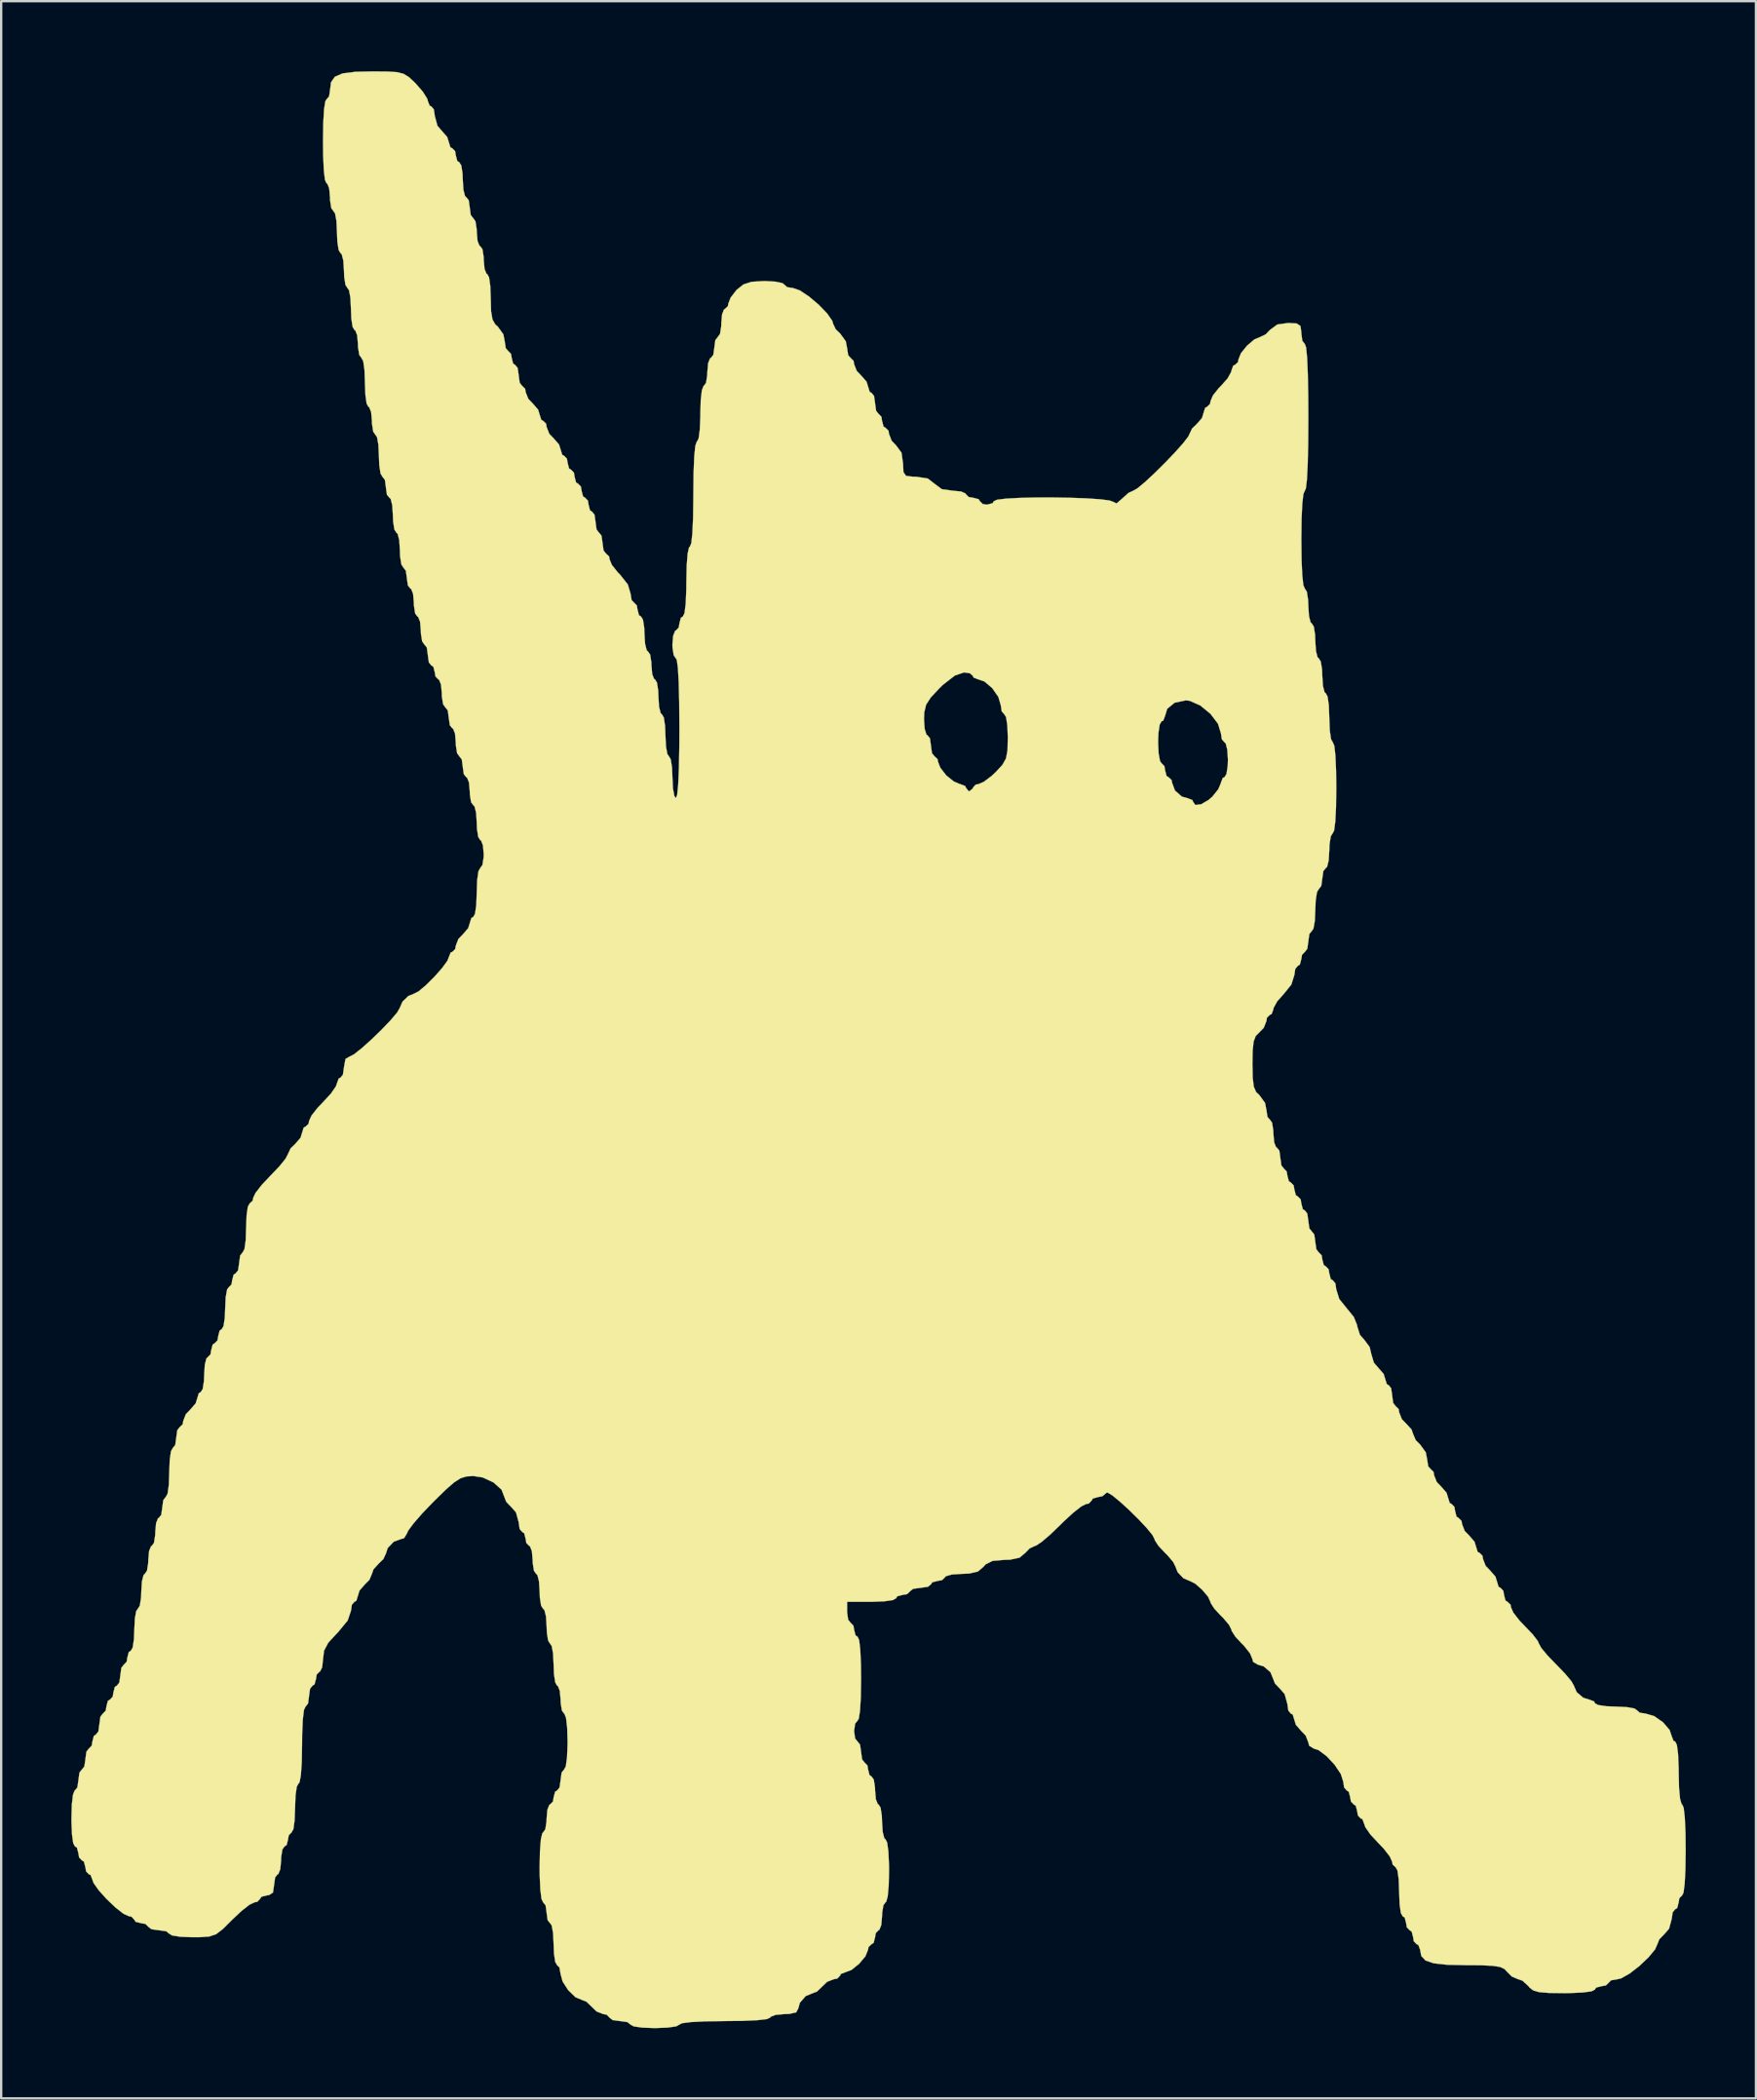
<source format=kicad_pcb>
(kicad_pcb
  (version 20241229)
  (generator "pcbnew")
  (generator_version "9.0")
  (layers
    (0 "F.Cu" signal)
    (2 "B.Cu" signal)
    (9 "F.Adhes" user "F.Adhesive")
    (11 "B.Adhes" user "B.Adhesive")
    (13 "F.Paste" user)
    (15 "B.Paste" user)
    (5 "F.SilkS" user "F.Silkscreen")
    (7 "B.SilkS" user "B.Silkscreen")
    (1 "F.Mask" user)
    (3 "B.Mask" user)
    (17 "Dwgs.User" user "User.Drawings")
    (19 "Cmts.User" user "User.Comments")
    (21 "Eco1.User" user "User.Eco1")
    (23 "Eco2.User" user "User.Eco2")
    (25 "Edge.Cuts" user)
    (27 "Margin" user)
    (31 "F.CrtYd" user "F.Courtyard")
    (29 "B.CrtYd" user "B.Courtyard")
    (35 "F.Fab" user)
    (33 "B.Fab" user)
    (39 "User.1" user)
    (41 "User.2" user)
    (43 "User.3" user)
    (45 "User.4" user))
  (footprint "MUMBO_WUMBO_BIG"
    (layer "F.Cu")
    (at 34.519 41.84)
    (property "Reference" "MUMBO_WUMBO_BIG" (at 0 0 0) (layer "F.SilkS") (effects (font (size 1.524 1.524) (thickness 0.3))))
    (attr through_hole)
    (fp_poly (pts (xy -21.025 -41.831) (xy -20.599 -41.805) (xy -20.314 -41.734) (xy -20.089 -41.597) (xy -19.847 -41.373) (xy -19.792 -41.317) (xy -19.488 -40.969) (xy -19.301 -40.671) (xy -19.274 -40.57) (xy -19.195 -40.368) (xy -19.125 -40.341) (xy -19.017 -40.212) (xy -18.975 -39.926) (xy -18.862 -39.509) (xy -18.676 -39.295) (xy -18.443 -39.027) (xy -18.378 -38.814) (xy -18.308 -38.59) (xy -18.228 -38.548) (xy -18.107 -38.423) (xy -18.079 -38.249) (xy -18.016 -38.007) (xy -17.929 -37.951) (xy -17.844 -37.816) (xy -17.79 -37.473) (xy -17.78 -37.204) (xy -17.753 -36.777) (xy -17.684 -36.507) (xy -17.631 -36.456) (xy -17.526 -36.327) (xy -17.481 -36.014) (xy -17.481 -36.008) (xy -17.438 -35.694) (xy -17.334 -35.56) (xy -17.332 -35.56) (xy -17.238 -35.427) (xy -17.186 -35.096) (xy -17.182 -34.962) (xy -17.149 -34.588) (xy -17.066 -34.38) (xy -17.033 -34.365) (xy -16.939 -34.232) (xy -16.887 -33.901) (xy -16.884 -33.767) (xy -16.85 -33.393) (xy -16.768 -33.185) (xy -16.734 -33.169) (xy -16.657 -33.032) (xy -16.604 -32.664) (xy -16.585 -32.157) (xy -16.57 -31.586) (xy -16.511 -31.233) (xy -16.391 -31.019) (xy -16.286 -30.928) (xy -16.045 -30.596) (xy -15.987 -30.298) (xy -15.941 -29.997) (xy -15.838 -29.882) (xy -15.716 -29.757) (xy -15.688 -29.584) (xy -15.626 -29.341) (xy -15.539 -29.285) (xy -15.434 -29.155) (xy -15.389 -28.842) (xy -15.389 -28.836) (xy -15.346 -28.522) (xy -15.242 -28.388) (xy -15.24 -28.388) (xy -15.114 -28.265) (xy -15.091 -28.122) (xy -14.978 -27.834) (xy -14.792 -27.641) (xy -14.558 -27.373) (xy -14.493 -27.16) (xy -14.423 -26.936) (xy -14.344 -26.894) (xy -14.217 -26.771) (xy -14.194 -26.628) (xy -14.081 -26.339) (xy -13.895 -26.147) (xy -13.662 -25.879) (xy -13.596 -25.666) (xy -13.527 -25.442) (xy -13.447 -25.4) (xy -13.326 -25.275) (xy -13.298 -25.101) (xy -13.235 -24.858) (xy -13.148 -24.802) (xy -13.027 -24.677) (xy -12.999 -24.504) (xy -12.936 -24.261) (xy -12.849 -24.205) (xy -12.728 -24.08) (xy -12.7 -23.906) (xy -12.637 -23.663) (xy -12.551 -23.607) (xy -12.429 -23.482) (xy -12.401 -23.308) (xy -12.339 -23.065) (xy -12.252 -23.009) (xy -12.147 -22.88) (xy -12.102 -22.567) (xy -12.102 -22.561) (xy -12.059 -22.246) (xy -11.955 -22.113) (xy -11.953 -22.113) (xy -11.848 -21.983) (xy -11.804 -21.67) (xy -11.804 -21.665) (xy -11.76 -21.35) (xy -11.656 -21.217) (xy -11.654 -21.216) (xy -11.524 -21.094) (xy -11.505 -20.978) (xy -11.402 -20.73) (xy -11.147 -20.409) (xy -11.056 -20.32) (xy -10.722 -19.896) (xy -10.608 -19.513) (xy -10.559 -19.225) (xy -10.459 -19.125) (xy -10.337 -19) (xy -10.309 -18.826) (xy -10.247 -18.583) (xy -10.16 -18.527) (xy -10.075 -18.393) (xy -10.021 -18.049) (xy -10.011 -17.78) (xy -9.984 -17.354) (xy -9.915 -17.083) (xy -9.861 -17.033) (xy -9.768 -16.9) (xy -9.716 -16.569) (xy -9.712 -16.435) (xy -9.679 -16.061) (xy -9.596 -15.853) (xy -9.562 -15.838) (xy -9.477 -15.703) (xy -9.423 -15.36) (xy -9.413 -15.091) (xy -9.386 -14.664) (xy -9.317 -14.394) (xy -9.264 -14.344) (xy -9.184 -14.207) (xy -9.13 -13.852) (xy -9.114 -13.447) (xy -9.091 -12.97) (xy -9.032 -12.646) (xy -8.965 -12.551) (xy -8.885 -12.414) (xy -8.831 -12.059) (xy -8.815 -11.654) (xy -8.793 -11.177) (xy -8.733 -10.853) (xy -8.666 -10.758) (xy -8.611 -10.904) (xy -8.568 -11.332) (xy -8.537 -12.023) (xy -8.52 -12.962) (xy -8.516 -13.746) (xy -8.519 -14.123) (xy 1.942 -14.123) (xy 1.972 -13.721) (xy 2.047 -13.479) (xy 2.092 -13.447) (xy 2.197 -13.317) (xy 2.241 -13.004) (xy 2.241 -12.999) (xy 2.284 -12.684) (xy 2.389 -12.551) (xy 2.391 -12.551) (xy 2.522 -12.429) (xy 2.54 -12.32) (xy 2.639 -12.063) (xy 2.881 -11.749) (xy 2.907 -11.722) (xy 3.219 -11.472) (xy 3.487 -11.356) (xy 3.504 -11.355) (xy 3.708 -11.277) (xy 3.735 -11.206) (xy 3.849 -11.061) (xy 3.885 -11.056) (xy 4.03 -11.17) (xy 4.034 -11.206) (xy 4.155 -11.338) (xy 4.263 -11.355) (xy 4.497 -11.455) (xy 4.832 -11.707) (xy 5.01 -11.873) (xy 5.293 -12.179) (xy 5.448 -12.451) (xy 5.514 -12.797) (xy 5.523 -13.148) (xy 11.953 -13.148) (xy 11.976 -12.671) (xy 12.035 -12.347) (xy 12.102 -12.252) (xy 12.224 -12.127) (xy 12.252 -11.953) (xy 12.314 -11.71) (xy 12.401 -11.654) (xy 12.532 -11.532) (xy 12.551 -11.419) (xy 12.677 -11.082) (xy 12.972 -10.824) (xy 13.212 -10.758) (xy 13.418 -10.68) (xy 13.447 -10.608) (xy 13.547 -10.466) (xy 13.797 -10.499) (xy 14.118 -10.686) (xy 14.276 -10.826) (xy 14.526 -11.138) (xy 14.641 -11.406) (xy 14.642 -11.423) (xy 14.721 -11.626) (xy 14.792 -11.654) (xy 14.877 -11.788) (xy 14.931 -12.132) (xy 14.941 -12.401) (xy 14.914 -12.827) (xy 14.846 -13.098) (xy 14.792 -13.148) (xy 14.68 -13.276) (xy 14.642 -13.527) (xy 14.515 -13.941) (xy 14.192 -14.366) (xy 13.759 -14.721) (xy 13.305 -14.922) (xy 13.143 -14.941) (xy 12.664 -14.842) (xy 12.344 -14.58) (xy 12.252 -14.279) (xy 12.174 -14.074) (xy 12.102 -14.045) (xy 12.023 -13.909) (xy 11.969 -13.553) (xy 11.953 -13.148) (xy 5.523 -13.148) (xy 5.528 -13.327) (xy 5.528 -13.367) (xy 5.507 -13.877) (xy 5.452 -14.226) (xy 5.379 -14.344) (xy 5.267 -14.472) (xy 5.229 -14.724) (xy 5.122 -15.09) (xy 4.859 -15.466) (xy 4.529 -15.748) (xy 4.265 -15.838) (xy 4.062 -15.916) (xy 4.034 -15.987) (xy 3.906 -16.099) (xy 3.657 -16.136) (xy 3.266 -16.004) (xy 2.761 -15.613) (xy 2.611 -15.468) (xy 2.235 -15.067) (xy 2.033 -14.755) (xy 1.954 -14.426) (xy 1.942 -14.123) (xy -8.519 -14.123) (xy -8.524 -14.844) (xy -8.545 -15.709) (xy -8.58 -16.321) (xy -8.627 -16.664) (xy -8.666 -16.734) (xy -8.759 -16.867) (xy -8.811 -17.198) (xy -8.815 -17.332) (xy -8.782 -17.706) (xy -8.699 -17.914) (xy -8.666 -17.929) (xy -8.544 -18.055) (xy -8.516 -18.228) (xy -8.454 -18.471) (xy -8.367 -18.527) (xy -8.298 -18.669) (xy -8.247 -19.067) (xy -8.221 -19.676) (xy -8.218 -20.021) (xy -8.203 -20.715) (xy -8.164 -21.217) (xy -8.103 -21.484) (xy -8.068 -21.515) (xy -8.007 -21.66) (xy -7.961 -22.078) (xy -7.931 -22.744) (xy -7.919 -23.631) (xy -7.919 -23.756) (xy -7.909 -24.67) (xy -7.881 -25.364) (xy -7.837 -25.815) (xy -7.778 -25.995) (xy -7.769 -25.998) (xy -7.695 -26.137) (xy -7.643 -26.519) (xy -7.62 -27.086) (xy -7.62 -27.193) (xy -7.603 -27.785) (xy -7.555 -28.201) (xy -7.484 -28.384) (xy -7.471 -28.388) (xy -7.377 -28.521) (xy -7.325 -28.852) (xy -7.321 -28.986) (xy -7.288 -29.36) (xy -7.205 -29.568) (xy -7.172 -29.584) (xy -7.067 -29.713) (xy -7.022 -30.026) (xy -7.022 -30.032) (xy -6.979 -30.346) (xy -6.875 -30.48) (xy -6.873 -30.48) (xy -6.779 -30.613) (xy -6.727 -30.944) (xy -6.724 -31.078) (xy -6.69 -31.452) (xy -6.608 -31.66) (xy -6.574 -31.675) (xy -6.443 -31.797) (xy -6.425 -31.906) (xy -6.325 -32.163) (xy -6.084 -32.477) (xy -6.058 -32.504) (xy -5.773 -32.729) (xy -5.429 -32.839) (xy -4.913 -32.87) (xy -4.863 -32.871) (xy -4.411 -32.846) (xy -4.11 -32.783) (xy -4.034 -32.721) (xy -3.906 -32.609) (xy -3.657 -32.572) (xy -3.364 -32.47) (xy -2.974 -32.21) (xy -2.561 -31.861) (xy -2.204 -31.492) (xy -1.981 -31.173) (xy -1.942 -31.04) (xy -1.832 -30.809) (xy -1.644 -30.629) (xy -1.402 -30.297) (xy -1.345 -29.999) (xy -1.298 -29.699) (xy -1.195 -29.584) (xy -1.069 -29.46) (xy -1.046 -29.318) (xy -0.933 -29.029) (xy -0.747 -28.836) (xy -0.514 -28.568) (xy -0.448 -28.355) (xy -0.379 -28.131) (xy -0.299 -28.089) (xy -0.194 -27.96) (xy -0.149 -27.647) (xy -0.149 -27.641) (xy -0.106 -27.326) (xy -0.002 -27.193) (xy 0 -27.193) (xy 0.121 -27.068) (xy 0.149 -26.894) (xy 0.212 -26.651) (xy 0.299 -26.595) (xy 0.425 -26.472) (xy 0.448 -26.329) (xy 0.561 -26.041) (xy 0.747 -25.848) (xy 0.982 -25.53) (xy 1.046 -25.068) (xy 1.064 -24.7) (xy 1.176 -24.541) (xy 1.472 -24.504) (xy 1.611 -24.504) (xy 2.11 -24.425) (xy 2.391 -24.205) (xy 2.708 -23.97) (xy 3.171 -23.906) (xy 3.533 -23.871) (xy 3.725 -23.784) (xy 3.735 -23.756) (xy 3.86 -23.635) (xy 4.034 -23.607) (xy 4.277 -23.544) (xy 4.333 -23.458) (xy 4.458 -23.336) (xy 4.632 -23.308) (xy 4.875 -23.371) (xy 4.931 -23.458) (xy 5.07 -23.52) (xy 5.449 -23.567) (xy 6.009 -23.598) (xy 6.691 -23.614) (xy 7.435 -23.616) (xy 8.185 -23.604) (xy 8.88 -23.579) (xy 9.462 -23.54) (xy 9.871 -23.489) (xy 10.05 -23.425) (xy 10.053 -23.42) (xy 10.177 -23.362) (xy 10.419 -23.57) (xy 10.686 -23.811) (xy 10.89 -23.906) (xy 11.072 -24.009) (xy 11.398 -24.28) (xy 11.811 -24.665) (xy 12.259 -25.108) (xy 12.684 -25.554) (xy 13.034 -25.947) (xy 13.252 -26.233) (xy 13.298 -26.336) (xy 13.408 -26.565) (xy 13.596 -26.745) (xy 13.83 -27.013) (xy 13.895 -27.226) (xy 13.965 -27.45) (xy 14.045 -27.492) (xy 14.175 -27.614) (xy 14.194 -27.731) (xy 14.297 -27.978) (xy 14.552 -28.299) (xy 14.642 -28.388) (xy 14.927 -28.709) (xy 15.081 -28.989) (xy 15.091 -29.046) (xy 15.167 -29.254) (xy 15.24 -29.285) (xy 15.371 -29.406) (xy 15.389 -29.516) (xy 15.498 -29.788) (xy 15.758 -30.109) (xy 16.068 -30.374) (xy 16.321 -30.48) (xy 16.554 -30.591) (xy 16.734 -30.779) (xy 17.052 -31.013) (xy 17.514 -31.078) (xy 17.884 -31.057) (xy 18.042 -30.949) (xy 18.079 -30.684) (xy 18.079 -30.629) (xy 18.122 -30.315) (xy 18.226 -30.181) (xy 18.228 -30.181) (xy 18.282 -30.035) (xy 18.325 -29.606) (xy 18.355 -28.91) (xy 18.373 -27.965) (xy 18.378 -27.044) (xy 18.371 -25.911) (xy 18.35 -25.015) (xy 18.317 -24.373) (xy 18.272 -23.999) (xy 18.228 -23.906) (xy 18.166 -23.761) (xy 18.119 -23.346) (xy 18.089 -22.688) (xy 18.079 -21.816) (xy 18.079 -21.814) (xy 18.089 -20.941) (xy 18.119 -20.283) (xy 18.166 -19.868) (xy 18.228 -19.722) (xy 18.228 -19.722) (xy 18.313 -19.588) (xy 18.368 -19.244) (xy 18.378 -18.975) (xy 18.405 -18.549) (xy 18.473 -18.279) (xy 18.527 -18.228) (xy 18.612 -18.094) (xy 18.666 -17.75) (xy 18.676 -17.481) (xy 18.703 -17.055) (xy 18.772 -16.785) (xy 18.826 -16.734) (xy 18.911 -16.6) (xy 18.965 -16.256) (xy 18.975 -15.987) (xy 19.002 -15.561) (xy 19.071 -15.29) (xy 19.125 -15.24) (xy 19.201 -15.102) (xy 19.254 -14.731) (xy 19.274 -14.195) (xy 19.274 -14.194) (xy 19.294 -13.658) (xy 19.347 -13.287) (xy 19.423 -13.148) (xy 19.424 -13.148) (xy 19.487 -13.004) (xy 19.535 -12.592) (xy 19.564 -11.944) (xy 19.573 -11.206) (xy 19.562 -10.375) (xy 19.53 -9.754) (xy 19.48 -9.374) (xy 19.424 -9.264) (xy 19.338 -9.129) (xy 19.284 -8.786) (xy 19.274 -8.516) (xy 19.247 -8.09) (xy 19.179 -7.82) (xy 19.125 -7.769) (xy 19.02 -7.64) (xy 18.975 -7.327) (xy 18.975 -7.321) (xy 18.932 -7.006) (xy 18.828 -6.873) (xy 18.826 -6.873) (xy 18.746 -6.737) (xy 18.692 -6.381) (xy 18.676 -5.976) (xy 18.654 -5.499) (xy 18.595 -5.175) (xy 18.527 -5.08) (xy 18.422 -4.95) (xy 18.378 -4.637) (xy 18.378 -4.632) (xy 18.334 -4.317) (xy 18.23 -4.184) (xy 18.228 -4.184) (xy 18.107 -4.058) (xy 18.079 -3.885) (xy 18.016 -3.642) (xy 17.929 -3.586) (xy 17.819 -3.458) (xy 17.78 -3.198) (xy 17.652 -2.788) (xy 17.332 -2.391) (xy 17.047 -2.07) (xy 16.893 -1.79) (xy 16.884 -1.733) (xy 16.807 -1.525) (xy 16.734 -1.494) (xy 16.608 -1.371) (xy 16.585 -1.228) (xy 16.472 -0.939) (xy 16.286 -0.747) (xy 16.129 -0.59) (xy 16.038 -0.349) (xy 15.996 0.048) (xy 15.987 0.598) (xy 15.999 1.199) (xy 16.045 1.576) (xy 16.142 1.804) (xy 16.286 1.942) (xy 16.527 2.274) (xy 16.585 2.573) (xy 16.631 2.873) (xy 16.734 2.988) (xy 16.828 3.121) (xy 16.88 3.452) (xy 16.884 3.586) (xy 16.917 3.96) (xy 16.999 4.168) (xy 17.033 4.184) (xy 17.138 4.313) (xy 17.182 4.626) (xy 17.182 4.632) (xy 17.226 4.946) (xy 17.33 5.08) (xy 17.332 5.08) (xy 17.453 5.205) (xy 17.481 5.379) (xy 17.544 5.622) (xy 17.631 5.678) (xy 17.752 5.803) (xy 17.78 5.976) (xy 17.843 6.219) (xy 17.929 6.275) (xy 18.051 6.4) (xy 18.079 6.574) (xy 18.141 6.817) (xy 18.228 6.873) (xy 18.333 7.003) (xy 18.378 7.316) (xy 18.378 7.321) (xy 18.421 7.636) (xy 18.525 7.769) (xy 18.527 7.769) (xy 18.632 7.899) (xy 18.676 8.212) (xy 18.676 8.218) (xy 18.72 8.532) (xy 18.824 8.666) (xy 18.826 8.666) (xy 18.947 8.791) (xy 18.975 8.965) (xy 19.038 9.207) (xy 19.125 9.264) (xy 19.246 9.389) (xy 19.274 9.562) (xy 19.337 9.805) (xy 19.424 9.861) (xy 19.534 9.989) (xy 19.573 10.249) (xy 19.701 10.659) (xy 20.021 11.056) (xy 20.322 11.425) (xy 20.466 11.782) (xy 20.469 11.83) (xy 20.585 12.194) (xy 20.768 12.401) (xy 21.001 12.713) (xy 21.067 12.999) (xy 21.179 13.378) (xy 21.366 13.596) (xy 21.599 13.865) (xy 21.665 14.078) (xy 21.734 14.302) (xy 21.814 14.344) (xy 21.919 14.473) (xy 21.964 14.786) (xy 21.964 14.792) (xy 22.007 15.106) (xy 22.111 15.24) (xy 22.113 15.24) (xy 22.239 15.364) (xy 22.262 15.506) (xy 22.375 15.795) (xy 22.561 15.987) (xy 22.794 16.242) (xy 22.86 16.435) (xy 22.972 16.697) (xy 23.159 16.884) (xy 23.4 17.216) (xy 23.458 17.514) (xy 23.504 17.814) (xy 23.607 17.929) (xy 23.733 18.053) (xy 23.756 18.195) (xy 23.869 18.484) (xy 24.055 18.676) (xy 24.289 18.945) (xy 24.354 19.158) (xy 24.424 19.382) (xy 24.504 19.424) (xy 24.625 19.549) (xy 24.653 19.722) (xy 24.716 19.965) (xy 24.802 20.021) (xy 24.928 20.145) (xy 24.952 20.287) (xy 25.064 20.576) (xy 25.251 20.768) (xy 25.484 21.037) (xy 25.549 21.249) (xy 25.619 21.474) (xy 25.699 21.515) (xy 25.825 21.639) (xy 25.848 21.781) (xy 25.961 22.07) (xy 26.147 22.262) (xy 26.38 22.531) (xy 26.446 22.744) (xy 26.515 22.968) (xy 26.595 23.009) (xy 26.717 23.135) (xy 26.745 23.308) (xy 26.807 23.551) (xy 26.894 23.607) (xy 27.025 23.729) (xy 27.044 23.843) (xy 27.145 24.072) (xy 27.407 24.408) (xy 27.641 24.653) (xy 27.972 24.999) (xy 28.189 25.282) (xy 28.239 25.398) (xy 28.339 25.581) (xy 28.603 25.899) (xy 28.973 26.284) (xy 28.986 26.296) (xy 29.359 26.682) (xy 29.627 27.003) (xy 29.733 27.191) (xy 29.733 27.194) (xy 29.855 27.473) (xy 30.135 27.71) (xy 30.395 27.791) (xy 30.6 27.868) (xy 30.629 27.94) (xy 30.766 28.02) (xy 31.121 28.074) (xy 31.526 28.089) (xy 32.003 28.112) (xy 32.327 28.171) (xy 32.422 28.239) (xy 32.55 28.35) (xy 32.803 28.388) (xy 33.169 28.496) (xy 33.545 28.759) (xy 33.827 29.089) (xy 33.916 29.353) (xy 33.995 29.556) (xy 34.066 29.584) (xy 34.137 29.725) (xy 34.189 30.115) (xy 34.214 30.706) (xy 34.215 30.928) (xy 34.231 31.573) (xy 34.274 32.032) (xy 34.34 32.258) (xy 34.365 32.273) (xy 34.429 32.417) (xy 34.476 32.829) (xy 34.506 33.478) (xy 34.514 34.215) (xy 34.503 35.046) (xy 34.471 35.667) (xy 34.421 36.047) (xy 34.365 36.158) (xy 34.243 36.283) (xy 34.215 36.456) (xy 34.153 36.699) (xy 34.066 36.755) (xy 33.958 36.884) (xy 33.916 37.171) (xy 33.803 37.588) (xy 33.618 37.801) (xy 33.386 38.04) (xy 33.319 38.212) (xy 33.205 38.473) (xy 32.914 38.822) (xy 32.523 39.191) (xy 32.111 39.509) (xy 31.753 39.709) (xy 31.605 39.744) (xy 31.322 39.794) (xy 31.227 39.893) (xy 31.102 40.014) (xy 30.928 40.042) (xy 30.685 40.105) (xy 30.629 40.192) (xy 30.489 40.264) (xy 30.1 40.315) (xy 29.514 40.34) (xy 29.318 40.341) (xy 28.669 40.333) (xy 28.251 40.299) (xy 27.996 40.226) (xy 27.836 40.101) (xy 27.791 40.042) (xy 27.536 39.81) (xy 27.342 39.744) (xy 27.081 39.632) (xy 26.894 39.445) (xy 26.765 39.309) (xy 26.575 39.221) (xy 26.261 39.172) (xy 25.762 39.15) (xy 25.132 39.146) (xy 24.308 39.128) (xy 23.74 39.065) (xy 23.387 38.944) (xy 23.207 38.749) (xy 23.159 38.484) (xy 23.081 38.279) (xy 23.009 38.249) (xy 22.888 38.124) (xy 22.86 37.951) (xy 22.797 37.708) (xy 22.711 37.652) (xy 22.589 37.527) (xy 22.561 37.353) (xy 22.499 37.11) (xy 22.412 37.054) (xy 22.335 36.916) (xy 22.282 36.546) (xy 22.262 36.009) (xy 22.262 36.008) (xy 22.243 35.472) (xy 22.19 35.101) (xy 22.113 34.962) (xy 22.113 34.962) (xy 21.982 34.841) (xy 21.964 34.727) (xy 21.862 34.498) (xy 21.601 34.161) (xy 21.366 33.916) (xy 21.033 33.557) (xy 20.816 33.245) (xy 20.768 33.106) (xy 20.691 32.9) (xy 20.619 32.871) (xy 20.497 32.745) (xy 20.469 32.572) (xy 20.407 32.329) (xy 20.32 32.273) (xy 20.199 32.148) (xy 20.171 31.974) (xy 20.108 31.731) (xy 20.021 31.675) (xy 19.909 31.547) (xy 19.872 31.297) (xy 19.766 30.968) (xy 19.502 30.575) (xy 19.158 30.206) (xy 18.814 29.949) (xy 18.607 29.882) (xy 18.414 29.76) (xy 18.378 29.617) (xy 18.265 29.328) (xy 18.079 29.135) (xy 17.845 28.867) (xy 17.78 28.654) (xy 17.711 28.43) (xy 17.631 28.388) (xy 17.523 28.259) (xy 17.481 27.973) (xy 17.367 27.556) (xy 17.182 27.342) (xy 16.951 27.101) (xy 16.884 26.925) (xy 16.759 26.618) (xy 16.472 26.37) (xy 16.222 26.296) (xy 16.018 26.176) (xy 15.987 26.058) (xy 15.884 25.81) (xy 15.629 25.489) (xy 15.539 25.4) (xy 15.256 25.095) (xy 15.101 24.85) (xy 15.091 24.802) (xy 14.989 24.595) (xy 14.737 24.297) (xy 14.642 24.205) (xy 14.36 23.902) (xy 14.204 23.661) (xy 14.194 23.615) (xy 14.088 23.386) (xy 13.837 23.091) (xy 13.542 22.832) (xy 13.306 22.711) (xy 13.294 22.711) (xy 13.031 22.595) (xy 12.789 22.339) (xy 12.7 22.109) (xy 12.599 21.904) (xy 12.347 21.608) (xy 12.252 21.515) (xy 11.969 21.214) (xy 11.814 20.975) (xy 11.804 20.93) (xy 11.709 20.747) (xy 11.46 20.444) (xy 11.111 20.072) (xy 10.716 19.683) (xy 10.329 19.329) (xy 10.004 19.063) (xy 9.794 18.935) (xy 9.747 18.945) (xy 9.567 19.095) (xy 9.4 19.125) (xy 9.165 19.19) (xy 9.114 19.274) (xy 8.993 19.405) (xy 8.882 19.424) (xy 8.675 19.525) (xy 8.33 19.794) (xy 7.91 20.18) (xy 7.769 20.32) (xy 7.343 20.732) (xy 6.977 21.044) (xy 6.733 21.205) (xy 6.69 21.216) (xy 6.456 21.327) (xy 6.275 21.515) (xy 6.028 21.721) (xy 5.624 21.807) (xy 5.379 21.814) (xy 4.878 21.857) (xy 4.575 22.008) (xy 4.482 22.113) (xy 4.248 22.313) (xy 3.868 22.4) (xy 3.553 22.412) (xy 3.138 22.44) (xy 2.88 22.511) (xy 2.839 22.561) (xy 2.714 22.683) (xy 2.54 22.711) (xy 2.297 22.773) (xy 2.241 22.86) (xy 2.111 22.965) (xy 1.799 23.009) (xy 1.793 23.009) (xy 1.478 23.053) (xy 1.345 23.157) (xy 1.345 23.159) (xy 1.22 23.28) (xy 1.046 23.308) (xy 0.803 23.371) (xy 0.747 23.458) (xy 0.609 23.534) (xy 0.238 23.587) (xy -0.298 23.607) (xy -1.345 23.607) (xy -1.345 24.055) (xy -1.301 24.37) (xy -1.197 24.503) (xy -1.195 24.504) (xy -1.074 24.629) (xy -1.046 24.802) (xy -0.983 25.045) (xy -0.896 25.101) (xy -0.831 25.245) (xy -0.782 25.653) (xy -0.754 26.291) (xy -0.747 26.894) (xy -0.759 27.681) (xy -0.793 28.263) (xy -0.846 28.607) (xy -0.896 28.687) (xy -1.001 28.817) (xy -1.046 29.13) (xy -1.046 29.135) (xy -1.003 29.45) (xy -0.898 29.583) (xy -0.896 29.584) (xy -0.792 29.713) (xy -0.747 30.026) (xy -0.747 30.032) (xy -0.704 30.346) (xy -0.6 30.48) (xy -0.598 30.48) (xy -0.476 30.605) (xy -0.448 30.779) (xy -0.386 31.022) (xy -0.299 31.078) (xy -0.205 31.21) (xy -0.153 31.541) (xy -0.149 31.675) (xy -0.116 32.05) (xy -0.033 32.258) (xy 0 32.273) (xy 0.085 32.407) (xy 0.139 32.751) (xy 0.149 33.02) (xy 0.176 33.446) (xy 0.245 33.717) (xy 0.299 33.767) (xy 0.37 33.908) (xy 0.421 34.299) (xy 0.447 34.889) (xy 0.448 35.112) (xy 0.433 35.756) (xy 0.389 36.216) (xy 0.324 36.442) (xy 0.299 36.456) (xy 0.205 36.589) (xy 0.153 36.92) (xy 0.149 37.054) (xy 0.116 37.428) (xy 0.033 37.637) (xy 0 37.652) (xy -0.121 37.777) (xy -0.149 37.951) (xy -0.212 38.193) (xy -0.299 38.249) (xy -0.43 38.371) (xy -0.448 38.48) (xy -0.562 38.765) (xy -0.833 39.089) (xy -1.158 39.35) (xy -1.413 39.445) (xy -1.616 39.523) (xy -1.644 39.594) (xy -1.767 39.72) (xy -1.909 39.744) (xy -2.198 39.856) (xy -2.391 40.042) (xy -2.632 40.274) (xy -2.808 40.341) (xy -3.115 40.466) (xy -3.363 40.752) (xy -3.436 41.003) (xy -3.524 41.164) (xy -3.822 41.231) (xy -4.034 41.238) (xy -4.408 41.271) (xy -4.617 41.354) (xy -4.632 41.387) (xy -4.776 41.451) (xy -5.188 41.499) (xy -5.836 41.528) (xy -6.574 41.536) (xy -7.405 41.548) (xy -8.026 41.579) (xy -8.406 41.629) (xy -8.516 41.686) (xy -8.655 41.763) (xy -9.025 41.815) (xy -9.561 41.835) (xy -9.562 41.835) (xy -10.099 41.816) (xy -10.47 41.763) (xy -10.608 41.686) (xy -10.608 41.686) (xy -10.738 41.581) (xy -11.051 41.536) (xy -11.056 41.536) (xy -11.371 41.493) (xy -11.505 41.389) (xy -11.505 41.387) (xy -11.628 41.261) (xy -11.771 41.238) (xy -12.059 41.125) (xy -12.252 40.939) (xy -12.492 40.707) (xy -12.665 40.64) (xy -12.96 40.517) (xy -13.271 40.216) (xy -13.511 39.842) (xy -13.596 39.526) (xy -13.647 39.242) (xy -13.746 39.146) (xy -13.825 39.01) (xy -13.879 38.654) (xy -13.895 38.249) (xy -13.918 37.772) (xy -13.977 37.448) (xy -14.045 37.353) (xy -14.15 37.223) (xy -14.194 36.91) (xy -14.194 36.905) (xy -14.237 36.59) (xy -14.342 36.457) (xy -14.344 36.456) (xy -14.413 36.314) (xy -14.463 35.917) (xy -14.49 35.307) (xy -14.493 34.962) (xy -14.479 34.268) (xy -14.439 33.766) (xy -14.378 33.5) (xy -14.344 33.468) (xy -14.25 33.336) (xy -14.198 33.005) (xy -14.194 32.871) (xy -14.161 32.496) (xy -14.078 32.288) (xy -14.045 32.273) (xy -13.923 32.148) (xy -13.895 31.974) (xy -13.833 31.731) (xy -13.746 31.675) (xy -13.641 31.545) (xy -13.596 31.233) (xy -13.596 31.227) (xy -13.553 30.912) (xy -13.449 30.779) (xy -13.447 30.779) (xy -13.373 30.639) (xy -13.321 30.257) (xy -13.298 29.69) (xy -13.298 29.584) (xy -13.315 28.992) (xy -13.363 28.576) (xy -13.434 28.392) (xy -13.447 28.388) (xy -13.541 28.256) (xy -13.593 27.925) (xy -13.596 27.791) (xy -13.63 27.416) (xy -13.712 27.208) (xy -13.746 27.193) (xy -13.825 27.057) (xy -13.879 26.701) (xy -13.895 26.296) (xy -13.918 25.819) (xy -13.977 25.495) (xy -14.045 25.4) (xy -14.13 25.266) (xy -14.184 24.922) (xy -14.194 24.653) (xy -14.221 24.227) (xy -14.29 23.956) (xy -14.344 23.906) (xy -14.429 23.772) (xy -14.483 23.428) (xy -14.493 23.159) (xy -14.52 22.733) (xy -14.589 22.462) (xy -14.642 22.412) (xy -14.736 22.279) (xy -14.788 21.948) (xy -14.792 21.814) (xy -14.825 21.44) (xy -14.908 21.232) (xy -14.941 21.216) (xy -15.063 21.091) (xy -15.091 20.918) (xy -15.153 20.675) (xy -15.24 20.619) (xy -15.348 20.49) (xy -15.389 20.204) (xy -15.503 19.786) (xy -15.688 19.573) (xy -15.92 19.333) (xy -15.987 19.16) (xy -16.121 18.814) (xy -16.465 18.503) (xy -16.929 18.289) (xy -17.327 18.228) (xy -17.618 18.246) (xy -17.873 18.323) (xy -18.15 18.5) (xy -18.509 18.814) (xy -19.011 19.305) (xy -19.052 19.346) (xy -19.515 19.829) (xy -19.884 20.253) (xy -20.115 20.565) (xy -20.171 20.691) (xy -20.291 20.889) (xy -20.405 20.918) (xy -20.729 21.036) (xy -20.99 21.308) (xy -21.067 21.546) (xy -21.178 21.783) (xy -21.366 21.964) (xy -21.598 22.218) (xy -21.665 22.412) (xy -21.776 22.673) (xy -21.964 22.86) (xy -22.197 23.128) (xy -22.262 23.341) (xy -22.332 23.565) (xy -22.412 23.607) (xy -22.523 23.735) (xy -22.561 23.992) (xy -22.701 24.406) (xy -23.113 24.907) (xy -23.159 24.952) (xy -23.531 25.355) (xy -23.712 25.697) (xy -23.756 26.061) (xy -23.793 26.411) (xy -23.884 26.589) (xy -23.906 26.595) (xy -24.027 26.72) (xy -24.055 26.894) (xy -24.118 27.137) (xy -24.205 27.193) (xy -24.31 27.323) (xy -24.354 27.636) (xy -24.354 27.641) (xy -24.397 27.956) (xy -24.502 28.089) (xy -24.504 28.089) (xy -24.571 28.232) (xy -24.62 28.635) (xy -24.648 29.261) (xy -24.653 29.733) (xy -24.666 30.475) (xy -24.703 31.017) (xy -24.759 31.323) (xy -24.802 31.376) (xy -24.879 31.515) (xy -24.932 31.885) (xy -24.952 32.421) (xy -24.952 32.422) (xy -24.972 32.959) (xy -25.024 33.33) (xy -25.101 33.468) (xy -25.101 33.468) (xy -25.223 33.593) (xy -25.251 33.767) (xy -25.313 34.01) (xy -25.4 34.066) (xy -25.494 34.198) (xy -25.546 34.53) (xy -25.549 34.664) (xy -25.583 35.038) (xy -25.665 35.246) (xy -25.699 35.261) (xy -25.804 35.391) (xy -25.848 35.704) (xy -25.848 35.709) (xy -25.895 36.038) (xy -26.07 36.153) (xy -26.147 36.158) (xy -26.39 36.22) (xy -26.446 36.307) (xy -26.568 36.438) (xy -26.68 36.456) (xy -26.896 36.558) (xy -27.238 36.824) (xy -27.634 37.197) (xy -27.641 37.204) (xy -28.032 37.594) (xy -28.321 37.817) (xy -28.616 37.92) (xy -29.024 37.949) (xy -29.35 37.951) (xy -29.861 37.93) (xy -30.212 37.874) (xy -30.331 37.801) (xy -30.46 37.696) (xy -30.773 37.652) (xy -30.779 37.652) (xy -31.094 37.608) (xy -31.227 37.504) (xy -31.227 37.502) (xy -31.352 37.381) (xy -31.526 37.353) (xy -31.769 37.29) (xy -31.825 37.204) (xy -31.946 37.072) (xy -32.053 37.054) (xy -32.288 36.948) (xy -32.632 36.678) (xy -33.009 36.32) (xy -33.346 35.945) (xy -33.569 35.63) (xy -33.618 35.489) (xy -33.697 35.288) (xy -33.767 35.261) (xy -33.888 35.136) (xy -33.916 34.962) (xy -33.979 34.72) (xy -34.066 34.664) (xy -34.187 34.538) (xy -34.215 34.365) (xy -34.278 34.122) (xy -34.365 34.066) (xy -34.439 33.926) (xy -34.491 33.544) (xy -34.514 32.978) (xy -34.514 32.871) (xy -34.497 32.279) (xy -34.449 31.863) (xy -34.378 31.679) (xy -34.365 31.675) (xy -34.26 31.545) (xy -34.215 31.233) (xy -34.215 31.227) (xy -34.172 30.912) (xy -34.068 30.779) (xy -34.066 30.779) (xy -33.961 30.649) (xy -33.916 30.336) (xy -33.916 30.331) (xy -33.873 30.016) (xy -33.769 29.882) (xy -33.767 29.882) (xy -33.646 29.757) (xy -33.618 29.584) (xy -33.555 29.341) (xy -33.468 29.285) (xy -33.363 29.155) (xy -33.319 28.842) (xy -33.319 28.836) (xy -33.276 28.522) (xy -33.171 28.388) (xy -33.169 28.388) (xy -33.048 28.263) (xy -33.02 28.089) (xy -32.957 27.847) (xy -32.871 27.791) (xy -32.749 27.665) (xy -32.721 27.492) (xy -32.659 27.249) (xy -32.572 27.193) (xy -32.467 27.063) (xy -32.422 26.75) (xy -32.422 26.745) (xy -32.379 26.43) (xy -32.275 26.297) (xy -32.273 26.296) (xy -32.152 26.171) (xy -32.124 25.998) (xy -32.061 25.755) (xy -31.974 25.699) (xy -31.895 25.563) (xy -31.841 25.207) (xy -31.825 24.802) (xy -31.802 24.325) (xy -31.743 24.001) (xy -31.675 23.906) (xy -31.59 23.772) (xy -31.536 23.428) (xy -31.526 23.159) (xy -31.499 22.733) (xy -31.43 22.462) (xy -31.376 22.412) (xy -31.283 22.279) (xy -31.231 21.948) (xy -31.227 21.814) (xy -31.194 21.44) (xy -31.111 21.232) (xy -31.078 21.216) (xy -30.984 21.084) (xy -30.932 20.753) (xy -30.928 20.619) (xy -30.895 20.245) (xy -30.812 20.036) (xy -30.779 20.021) (xy -30.674 19.891) (xy -30.629 19.579) (xy -30.629 19.573) (xy -30.586 19.258) (xy -30.482 19.125) (xy -30.48 19.125) (xy -30.403 18.987) (xy -30.35 18.616) (xy -30.331 18.08) (xy -30.331 18.079) (xy -30.311 17.542) (xy -30.258 17.172) (xy -30.181 17.033) (xy -30.181 17.033) (xy -30.076 16.903) (xy -30.032 16.59) (xy -30.032 16.585) (xy -29.988 16.27) (xy -29.884 16.137) (xy -29.882 16.136) (xy -29.756 16.013) (xy -29.733 15.871) (xy -29.62 15.582) (xy -29.434 15.389) (xy -29.201 15.121) (xy -29.135 14.908) (xy -29.066 14.684) (xy -28.986 14.642) (xy -28.901 14.508) (xy -28.847 14.164) (xy -28.836 13.895) (xy -28.81 13.469) (xy -28.741 13.199) (xy -28.687 13.148) (xy -28.566 13.023) (xy -28.538 12.849) (xy -28.475 12.607) (xy -28.388 12.551) (xy -28.267 12.425) (xy -28.239 12.252) (xy -28.176 12.009) (xy -28.089 11.953) (xy -28.01 11.817) (xy -27.956 11.461) (xy -27.94 11.056) (xy -27.917 10.579) (xy -27.858 10.255) (xy -27.791 10.16) (xy -27.669 10.035) (xy -27.641 9.861) (xy -27.579 9.618) (xy -27.492 9.562) (xy -27.387 9.433) (xy -27.342 9.12) (xy -27.342 9.114) (xy -27.299 8.799) (xy -27.195 8.666) (xy -27.193 8.666) (xy -27.116 8.528) (xy -27.063 8.157) (xy -27.044 7.621) (xy -27.044 7.62) (xy -27.024 7.083) (xy -26.971 6.713) (xy -26.894 6.574) (xy -26.894 6.574) (xy -26.763 6.452) (xy -26.745 6.34) (xy -26.643 6.124) (xy -26.378 5.782) (xy -26.005 5.386) (xy -25.998 5.379) (xy -25.624 4.988) (xy -25.356 4.656) (xy -25.251 4.453) (xy -25.251 4.45) (xy -25.14 4.215) (xy -24.952 4.034) (xy -24.718 3.766) (xy -24.653 3.553) (xy -24.583 3.329) (xy -24.504 3.287) (xy -24.373 3.165) (xy -24.354 3.051) (xy -24.252 2.822) (xy -23.991 2.486) (xy -23.756 2.241) (xy -23.424 1.882) (xy -23.207 1.57) (xy -23.159 1.431) (xy -23.082 1.225) (xy -23.009 1.195) (xy -22.905 1.065) (xy -22.86 0.753) (xy -22.86 0.747) (xy -22.795 0.393) (xy -22.633 0.299) (xy -22.435 0.198) (xy -22.099 -0.067) (xy -21.686 -0.437) (xy -21.256 -0.853) (xy -20.87 -1.257) (xy -20.588 -1.59) (xy -20.47 -1.793) (xy -20.469 -1.801) (xy -20.356 -2.058) (xy -20.105 -2.299) (xy -19.879 -2.391) (xy -19.669 -2.497) (xy -19.349 -2.766) (xy -18.99 -3.123) (xy -18.662 -3.495) (xy -18.436 -3.806) (xy -18.378 -3.955) (xy -18.298 -4.157) (xy -18.228 -4.184) (xy -18.102 -4.307) (xy -18.079 -4.449) (xy -17.966 -4.738) (xy -17.78 -4.931) (xy -17.547 -5.199) (xy -17.481 -5.412) (xy -17.412 -5.636) (xy -17.332 -5.678) (xy -17.255 -5.816) (xy -17.202 -6.186) (xy -17.182 -6.723) (xy -17.182 -6.724) (xy -17.163 -7.26) (xy -17.11 -7.631) (xy -17.033 -7.769) (xy -17.033 -7.769) (xy -16.939 -7.902) (xy -16.887 -8.233) (xy -16.884 -8.367) (xy -16.917 -8.741) (xy -16.999 -8.949) (xy -17.033 -8.965) (xy -17.118 -9.099) (xy -17.172 -9.443) (xy -17.182 -9.712) (xy -17.209 -10.138) (xy -17.278 -10.408) (xy -17.332 -10.459) (xy -17.425 -10.591) (xy -17.477 -10.923) (xy -17.481 -11.056) (xy -17.514 -11.431) (xy -17.597 -11.639) (xy -17.631 -11.654) (xy -17.735 -11.784) (xy -17.78 -12.097) (xy -17.78 -12.102) (xy -17.823 -12.417) (xy -17.928 -12.551) (xy -17.929 -12.551) (xy -18.023 -12.683) (xy -18.075 -13.014) (xy -18.079 -13.148) (xy -18.112 -13.522) (xy -18.195 -13.731) (xy -18.228 -13.746) (xy -18.333 -13.876) (xy -18.378 -14.189) (xy -18.378 -14.194) (xy -18.421 -14.509) (xy -18.525 -14.642) (xy -18.527 -14.642) (xy -18.621 -14.775) (xy -18.673 -15.106) (xy -18.676 -15.24) (xy -18.71 -15.614) (xy -18.792 -15.822) (xy -18.826 -15.838) (xy -18.947 -15.963) (xy -18.975 -16.136) (xy -19.038 -16.379) (xy -19.125 -16.435) (xy -19.23 -16.565) (xy -19.274 -16.878) (xy -19.274 -16.884) (xy -19.317 -17.198) (xy -19.422 -17.332) (xy -19.424 -17.332) (xy -19.517 -17.464) (xy -19.569 -17.795) (xy -19.573 -17.929) (xy -19.606 -18.304) (xy -19.689 -18.512) (xy -19.722 -18.527) (xy -19.816 -18.66) (xy -19.868 -18.991) (xy -19.872 -19.125) (xy -19.905 -19.499) (xy -19.988 -19.707) (xy -20.021 -19.722) (xy -20.126 -19.852) (xy -20.171 -20.165) (xy -20.171 -20.171) (xy -20.214 -20.485) (xy -20.318 -20.619) (xy -20.32 -20.619) (xy -20.405 -20.753) (xy -20.459 -21.097) (xy -20.469 -21.366) (xy -20.496 -21.792) (xy -20.565 -22.063) (xy -20.619 -22.113) (xy -20.704 -22.247) (xy -20.758 -22.591) (xy -20.768 -22.86) (xy -20.795 -23.286) (xy -20.864 -23.557) (xy -20.918 -23.607) (xy -21.023 -23.737) (xy -21.067 -24.05) (xy -21.067 -24.055) (xy -21.11 -24.37) (xy -21.215 -24.503) (xy -21.216 -24.504) (xy -21.296 -24.64) (xy -21.35 -24.995) (xy -21.366 -25.4) (xy -21.389 -25.878) (xy -21.448 -26.201) (xy -21.515 -26.296) (xy -21.609 -26.429) (xy -21.661 -26.76) (xy -21.665 -26.894) (xy -21.698 -27.268) (xy -21.781 -27.477) (xy -21.814 -27.492) (xy -21.891 -27.63) (xy -21.944 -28) (xy -21.964 -28.537) (xy -21.964 -28.538) (xy -21.983 -29.074) (xy -22.036 -29.445) (xy -22.113 -29.584) (xy -22.113 -29.584) (xy -22.207 -29.716) (xy -22.259 -30.047) (xy -22.262 -30.181) (xy -22.295 -30.555) (xy -22.378 -30.764) (xy -22.412 -30.779) (xy -22.491 -30.915) (xy -22.545 -31.27) (xy -22.561 -31.675) (xy -22.584 -32.153) (xy -22.643 -32.477) (xy -22.711 -32.572) (xy -22.796 -32.706) (xy -22.85 -33.05) (xy -22.86 -33.319) (xy -22.887 -33.745) (xy -22.956 -34.015) (xy -23.009 -34.066) (xy -23.089 -34.202) (xy -23.143 -34.557) (xy -23.159 -34.962) (xy -23.182 -35.44) (xy -23.241 -35.764) (xy -23.308 -35.859) (xy -23.402 -35.991) (xy -23.454 -36.323) (xy -23.458 -36.456) (xy -23.491 -36.831) (xy -23.574 -37.039) (xy -23.607 -37.054) (xy -23.673 -37.198) (xy -23.721 -37.606) (xy -23.75 -38.244) (xy -23.756 -38.847) (xy -23.745 -39.634) (xy -23.711 -40.216) (xy -23.657 -40.56) (xy -23.607 -40.64) (xy -23.496 -40.768) (xy -23.458 -41.024) (xy -23.413 -41.374) (xy -23.248 -41.609) (xy -22.919 -41.75) (xy -22.379 -41.819) (xy -21.67 -41.835) (xy -21.025 -41.831)) (stroke (width 0.01) (type solid)) (fill yes) (layer "F.SilkS")))
  (gr_rect
    (start -3 -3)
    (end 72.038 86.681)
    (stroke (width 0.1) (type default))
    (fill no)
    (layer "Edge.Cuts")))
</source>
